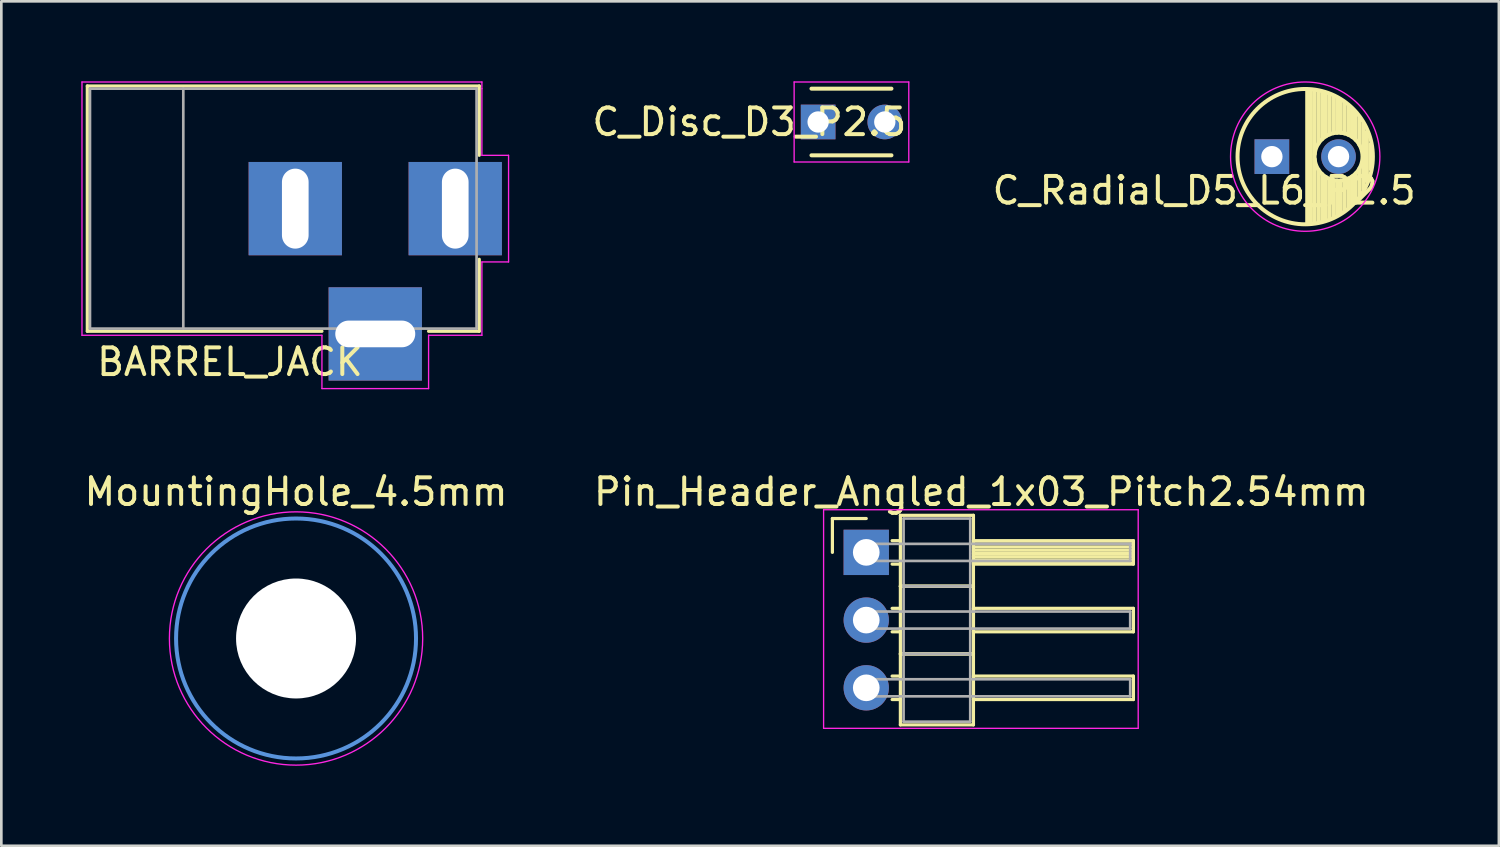
<source format=kicad_pcb>
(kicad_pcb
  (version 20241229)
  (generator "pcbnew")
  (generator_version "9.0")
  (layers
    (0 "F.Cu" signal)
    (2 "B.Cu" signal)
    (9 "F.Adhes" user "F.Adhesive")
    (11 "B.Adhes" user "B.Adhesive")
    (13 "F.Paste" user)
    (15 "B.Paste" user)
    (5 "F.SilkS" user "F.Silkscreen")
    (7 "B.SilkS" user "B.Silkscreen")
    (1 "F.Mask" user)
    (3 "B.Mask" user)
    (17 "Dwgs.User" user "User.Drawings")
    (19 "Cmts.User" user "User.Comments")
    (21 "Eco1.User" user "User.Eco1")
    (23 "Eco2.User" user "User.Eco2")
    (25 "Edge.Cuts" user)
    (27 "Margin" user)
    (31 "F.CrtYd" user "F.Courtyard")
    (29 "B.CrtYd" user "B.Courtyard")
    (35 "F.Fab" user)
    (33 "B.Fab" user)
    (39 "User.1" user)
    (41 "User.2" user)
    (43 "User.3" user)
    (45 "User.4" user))
  (footprint "C_Radial_D5_L6_P2.5"
    (layer "F.Cu")
    (at 44.655 2.825)
    (property "Reference" "C_Radial_D5_L6_P2.5" (at -2.54 1.27 0) (layer "F.SilkS") (effects (font (size 1 1) (thickness 0.15))))
    (attr through_hole)
    (fp_line (start 1.325 -2.499) (end 1.325 2.499) (stroke (width 0.15) (type solid)) (layer "F.SilkS"))
    (fp_line (start 1.465 -2.491) (end 1.465 2.491) (stroke (width 0.15) (type solid)) (layer "F.SilkS"))
    (fp_line (start 1.605 -2.475) (end 1.605 -0.095) (stroke (width 0.15) (type solid)) (layer "F.SilkS"))
    (fp_line (start 1.605 0.095) (end 1.605 2.475) (stroke (width 0.15) (type solid)) (layer "F.SilkS"))
    (fp_line (start 1.745 -2.451) (end 1.745 -0.49) (stroke (width 0.15) (type solid)) (layer "F.SilkS"))
    (fp_line (start 1.745 0.49) (end 1.745 2.451) (stroke (width 0.15) (type solid)) (layer "F.SilkS"))
    (fp_line (start 1.885 -2.418) (end 1.885 -0.657) (stroke (width 0.15) (type solid)) (layer "F.SilkS"))
    (fp_line (start 1.885 0.657) (end 1.885 2.418) (stroke (width 0.15) (type solid)) (layer "F.SilkS"))
    (fp_line (start 2.025 -2.377) (end 2.025 -0.764) (stroke (width 0.15) (type solid)) (layer "F.SilkS"))
    (fp_line (start 2.025 0.764) (end 2.025 2.377) (stroke (width 0.15) (type solid)) (layer "F.SilkS"))
    (fp_line (start 2.165 -2.327) (end 2.165 -0.835) (stroke (width 0.15) (type solid)) (layer "F.SilkS"))
    (fp_line (start 2.165 0.835) (end 2.165 2.327) (stroke (width 0.15) (type solid)) (layer "F.SilkS"))
    (fp_line (start 2.305 -2.266) (end 2.305 -0.879) (stroke (width 0.15) (type solid)) (layer "F.SilkS"))
    (fp_line (start 2.305 0.879) (end 2.305 2.266) (stroke (width 0.15) (type solid)) (layer "F.SilkS"))
    (fp_line (start 2.445 -2.196) (end 2.445 -0.898) (stroke (width 0.15) (type solid)) (layer "F.SilkS"))
    (fp_line (start 2.445 0.898) (end 2.445 2.196) (stroke (width 0.15) (type solid)) (layer "F.SilkS"))
    (fp_line (start 2.585 -2.114) (end 2.585 -0.896) (stroke (width 0.15) (type solid)) (layer "F.SilkS"))
    (fp_line (start 2.585 0.896) (end 2.585 2.114) (stroke (width 0.15) (type solid)) (layer "F.SilkS"))
    (fp_line (start 2.725 -2.019) (end 2.725 -0.871) (stroke (width 0.15) (type solid)) (layer "F.SilkS"))
    (fp_line (start 2.725 0.871) (end 2.725 2.019) (stroke (width 0.15) (type solid)) (layer "F.SilkS"))
    (fp_line (start 2.865 -1.908) (end 2.865 -0.823) (stroke (width 0.15) (type solid)) (layer "F.SilkS"))
    (fp_line (start 2.865 0.823) (end 2.865 1.908) (stroke (width 0.15) (type solid)) (layer "F.SilkS"))
    (fp_line (start 3.005 -1.78) (end 3.005 -0.745) (stroke (width 0.15) (type solid)) (layer "F.SilkS"))
    (fp_line (start 3.005 0.745) (end 3.005 1.78) (stroke (width 0.15) (type solid)) (layer "F.SilkS"))
    (fp_line (start 3.145 -1.631) (end 3.145 -0.628) (stroke (width 0.15) (type solid)) (layer "F.SilkS"))
    (fp_line (start 3.145 0.628) (end 3.145 1.631) (stroke (width 0.15) (type solid)) (layer "F.SilkS"))
    (fp_line (start 3.285 -1.452) (end 3.285 -0.44) (stroke (width 0.15) (type solid)) (layer "F.SilkS"))
    (fp_line (start 3.285 0.44) (end 3.285 1.452) (stroke (width 0.15) (type solid)) (layer "F.SilkS"))
    (fp_line (start 3.425 -1.233) (end 3.425 1.233) (stroke (width 0.15) (type solid)) (layer "F.SilkS"))
    (fp_line (start 3.565 -0.944) (end 3.565 0.944) (stroke (width 0.15) (type solid)) (layer "F.SilkS"))
    (fp_line (start 3.705 -0.472) (end 3.705 0.472) (stroke (width 0.15) (type solid)) (layer "F.SilkS"))
    (fp_circle (center 1.25 0) (end 1.25 -2.538) (stroke (width 0.15) (type solid)) (fill no) (layer "F.SilkS"))
    (fp_circle (center 2.5 0) (end 2.5 -0.9) (stroke (width 0.15) (type solid)) (fill no) (layer "F.SilkS"))
    (fp_circle (center 1.25 0) (end 1.25 -2.8) (stroke (width 0.05) (type solid)) (fill no) (layer "F.CrtYd"))
    (pad "1" thru_hole rect (at 0 0) (size 1.3 1.3) (drill 0.8) (layers "*.Cu" "*.Mask"))
    (pad "2" thru_hole circle (at 2.5 0) (size 1.3 1.3) (drill 0.8) (layers "*.Cu" "*.Mask")))
  (footprint "BARREL_JACK"
    (layer "F.Cu")
    (at 14.025 4.775)
    (property "Reference" "BARREL_JACK" (at -8.45 5.75 180) (layer "F.SilkS") (effects (font (size 1 1) (thickness 0.15))))
    (attr through_hole)
    (fp_line (start -13.8 -4.6) (end 0.9 -4.6) (stroke (width 0.12) (type solid)) (layer "F.SilkS"))
    (fp_line (start -13.8 4.6) (end -13.8 -4.6) (stroke (width 0.12) (type solid)) (layer "F.SilkS"))
    (fp_line (start -5 4.6) (end -13.8 4.6) (stroke (width 0.12) (type solid)) (layer "F.SilkS"))
    (fp_line (start 0.9 -4.6) (end 0.9 -2) (stroke (width 0.12) (type solid)) (layer "F.SilkS"))
    (fp_line (start 0.9 1.9) (end 0.9 4.6) (stroke (width 0.12) (type solid)) (layer "F.SilkS"))
    (fp_line (start 0.9 4.6) (end -1 4.6) (stroke (width 0.12) (type solid)) (layer "F.SilkS"))
    (fp_line (start -14 4.75) (end -14 -4.75) (stroke (width 0.05) (type solid)) (layer "F.CrtYd"))
    (fp_line (start -5 4.75) (end -14 4.75) (stroke (width 0.05) (type solid)) (layer "F.CrtYd"))
    (fp_line (start -5 6.75) (end -5 4.75) (stroke (width 0.05) (type solid)) (layer "F.CrtYd"))
    (fp_line (start -1 4.75) (end -1 6.75) (stroke (width 0.05) (type solid)) (layer "F.CrtYd"))
    (fp_line (start -1 6.75) (end -5 6.75) (stroke (width 0.05) (type solid)) (layer "F.CrtYd"))
    (fp_line (start 1 -4.75) (end -14 -4.75) (stroke (width 0.05) (type solid)) (layer "F.CrtYd"))
    (fp_line (start 1 -4.5) (end 1 -4.75) (stroke (width 0.05) (type solid)) (layer "F.CrtYd"))
    (fp_line (start 1 -4.5) (end 1 -2) (stroke (width 0.05) (type solid)) (layer "F.CrtYd"))
    (fp_line (start 1 -2) (end 2 -2) (stroke (width 0.05) (type solid)) (layer "F.CrtYd"))
    (fp_line (start 1 2) (end 1 4.75) (stroke (width 0.05) (type solid)) (layer "F.CrtYd"))
    (fp_line (start 1 4.75) (end -1 4.75) (stroke (width 0.05) (type solid)) (layer "F.CrtYd"))
    (fp_line (start 2 -2) (end 2 2) (stroke (width 0.05) (type solid)) (layer "F.CrtYd"))
    (fp_line (start 2 2) (end 1 2) (stroke (width 0.05) (type solid)) (layer "F.CrtYd"))
    (fp_line (start -13.7 -4.5) (end -13.7 4.5) (stroke (width 0.1) (type solid)) (layer "F.Fab"))
    (fp_line (start -13.7 4.5) (end 0.8 4.5) (stroke (width 0.1) (type solid)) (layer "F.Fab"))
    (fp_line (start -10.2 -4.5) (end -10.2 4.5) (stroke (width 0.1) (type solid)) (layer "F.Fab"))
    (fp_line (start 0.8 -4.5) (end -13.7 -4.5) (stroke (width 0.1) (type solid)) (layer "F.Fab"))
    (fp_line (start 0.8 4.5) (end 0.8 -4.5) (stroke (width 0.1) (type solid)) (layer "F.Fab"))
    (pad "1" thru_hole rect (at 0 0) (size 3.5 3.5) (drill oval 1 3) (layers "*.Cu" "*.Mask"))
    (pad "2" thru_hole rect (at -6 0) (size 3.5 3.5) (drill oval 1 3) (layers "*.Cu" "*.Mask"))
    (pad "3" thru_hole rect (at -3 4.7) (size 3.5 3.5) (drill oval 3 1) (layers "*.Cu" "*.Mask")))
  (footprint "MountingHole_4.5mm"
    (layer "F.Cu")
    (at 8.054 20.898)
    (property "Reference" "MountingHole_4.5mm" (at 0 -5.5 0) (layer "F.SilkS") (effects (font (size 1 1) (thickness 0.15))))
    (attr through_hole)
    (fp_circle (center 0 0) (end 4.5 0) (stroke (width 0.15) (type solid)) (fill no) (layer "Cmts.User"))
    (fp_circle (center 0 0) (end 4.75 0) (stroke (width 0.05) (type solid)) (fill no) (layer "F.CrtYd"))
    (pad "" np_thru_hole circle (at 0 0) (size 4.5 4.5) (drill 4.5) (layers "*.Cu" "*.Mask")))
  (footprint "C_Disc_D3_P2.5"
    (layer "F.Cu")
    (at 27.636 1.525)
    (property "Reference" "C_Disc_D3_P2.5" (at -2.58 0 0) (layer "F.SilkS") (effects (font (size 1 1) (thickness 0.15))))
    (attr through_hole)
    (fp_line (start -0.25 -1.25) (end 2.75 -1.25) (stroke (width 0.15) (type solid)) (layer "F.SilkS"))
    (fp_line (start 2.75 1.25) (end -0.25 1.25) (stroke (width 0.15) (type solid)) (layer "F.SilkS"))
    (fp_line (start -0.9 -1.5) (end 3.4 -1.5) (stroke (width 0.05) (type solid)) (layer "F.CrtYd"))
    (fp_line (start -0.9 1.5) (end -0.9 -1.5) (stroke (width 0.05) (type solid)) (layer "F.CrtYd"))
    (fp_line (start 3.4 -1.5) (end 3.4 1.5) (stroke (width 0.05) (type solid)) (layer "F.CrtYd"))
    (fp_line (start 3.4 1.5) (end -0.9 1.5) (stroke (width 0.05) (type solid)) (layer "F.CrtYd"))
    (pad "1" thru_hole rect (at 0 0) (size 1.3 1.3) (drill 0.8) (layers "*.Cu" "*.Mask"))
    (pad "2" thru_hole circle (at 2.5 0) (size 1.3 1.3) (drill 0.8) (layers "*.Cu" "*.Mask")))
  (footprint "Pin_Header_Angled_1x03_Pitch2.54mm"
    (layer "F.Cu")
    (at 29.441 17.668)
    (property "Reference" "Pin_Header_Angled_1x03_Pitch2.54mm" (at 4.315 -2.27 0) (layer "F.SilkS") (effects (font (size 1 1) (thickness 0.15))))
    (attr through_hole)
    (fp_line (start -1.27 -1.27) (end 0 -1.27) (stroke (width 0.12) (type solid)) (layer "F.SilkS"))
    (fp_line (start -1.27 0) (end -1.27 -1.27) (stroke (width 0.12) (type solid)) (layer "F.SilkS"))
    (fp_line (start 0.97 -0.44) (end 1.28 -0.44) (stroke (width 0.12) (type solid)) (layer "F.SilkS"))
    (fp_line (start 0.97 0.44) (end 1.28 0.44) (stroke (width 0.12) (type solid)) (layer "F.SilkS"))
    (fp_line (start 0.97 2.1) (end 1.28 2.1) (stroke (width 0.12) (type solid)) (layer "F.SilkS"))
    (fp_line (start 0.97 2.98) (end 1.28 2.98) (stroke (width 0.12) (type solid)) (layer "F.SilkS"))
    (fp_line (start 0.97 4.64) (end 1.28 4.64) (stroke (width 0.12) (type solid)) (layer "F.SilkS"))
    (fp_line (start 0.97 5.52) (end 1.28 5.52) (stroke (width 0.12) (type solid)) (layer "F.SilkS"))
    (fp_line (start 1.28 -1.39) (end 1.28 1.27) (stroke (width 0.12) (type solid)) (layer "F.SilkS"))
    (fp_line (start 1.28 1.27) (end 1.28 3.81) (stroke (width 0.12) (type solid)) (layer "F.SilkS"))
    (fp_line (start 1.28 1.27) (end 4.02 1.27) (stroke (width 0.12) (type solid)) (layer "F.SilkS"))
    (fp_line (start 1.28 3.81) (end 1.28 6.47) (stroke (width 0.12) (type solid)) (layer "F.SilkS"))
    (fp_line (start 1.28 3.81) (end 4.02 3.81) (stroke (width 0.12) (type solid)) (layer "F.SilkS"))
    (fp_line (start 1.28 6.47) (end 4.02 6.47) (stroke (width 0.12) (type solid)) (layer "F.SilkS"))
    (fp_line (start 4.02 -1.39) (end 1.28 -1.39) (stroke (width 0.12) (type solid)) (layer "F.SilkS"))
    (fp_line (start 4.02 -0.44) (end 4.02 0.44) (stroke (width 0.12) (type solid)) (layer "F.SilkS"))
    (fp_line (start 4.02 -0.32) (end 10.02 -0.32) (stroke (width 0.12) (type solid)) (layer "F.SilkS"))
    (fp_line (start 4.02 -0.2) (end 10.02 -0.2) (stroke (width 0.12) (type solid)) (layer "F.SilkS"))
    (fp_line (start 4.02 -0.08) (end 10.02 -0.08) (stroke (width 0.12) (type solid)) (layer "F.SilkS"))
    (fp_line (start 4.02 0.04) (end 10.02 0.04) (stroke (width 0.12) (type solid)) (layer "F.SilkS"))
    (fp_line (start 4.02 0.16) (end 10.02 0.16) (stroke (width 0.12) (type solid)) (layer "F.SilkS"))
    (fp_line (start 4.02 0.28) (end 10.02 0.28) (stroke (width 0.12) (type solid)) (layer "F.SilkS"))
    (fp_line (start 4.02 0.4) (end 10.02 0.4) (stroke (width 0.12) (type solid)) (layer "F.SilkS"))
    (fp_line (start 4.02 0.44) (end 10.02 0.44) (stroke (width 0.12) (type solid)) (layer "F.SilkS"))
    (fp_line (start 4.02 1.27) (end 1.28 1.27) (stroke (width 0.12) (type solid)) (layer "F.SilkS"))
    (fp_line (start 4.02 1.27) (end 4.02 -1.39) (stroke (width 0.12) (type solid)) (layer "F.SilkS"))
    (fp_line (start 4.02 2.1) (end 4.02 2.98) (stroke (width 0.12) (type solid)) (layer "F.SilkS"))
    (fp_line (start 4.02 2.98) (end 10.02 2.98) (stroke (width 0.12) (type solid)) (layer "F.SilkS"))
    (fp_line (start 4.02 3.81) (end 1.28 3.81) (stroke (width 0.12) (type solid)) (layer "F.SilkS"))
    (fp_line (start 4.02 3.81) (end 4.02 1.27) (stroke (width 0.12) (type solid)) (layer "F.SilkS"))
    (fp_line (start 4.02 4.64) (end 4.02 5.52) (stroke (width 0.12) (type solid)) (layer "F.SilkS"))
    (fp_line (start 4.02 5.52) (end 10.02 5.52) (stroke (width 0.12) (type solid)) (layer "F.SilkS"))
    (fp_line (start 4.02 6.47) (end 4.02 3.81) (stroke (width 0.12) (type solid)) (layer "F.SilkS"))
    (fp_line (start 10.02 -0.44) (end 4.02 -0.44) (stroke (width 0.12) (type solid)) (layer "F.SilkS"))
    (fp_line (start 10.02 0.44) (end 10.02 -0.44) (stroke (width 0.12) (type solid)) (layer "F.SilkS"))
    (fp_line (start 10.02 2.1) (end 4.02 2.1) (stroke (width 0.12) (type solid)) (layer "F.SilkS"))
    (fp_line (start 10.02 2.98) (end 10.02 2.1) (stroke (width 0.12) (type solid)) (layer "F.SilkS"))
    (fp_line (start 10.02 4.64) (end 4.02 4.64) (stroke (width 0.12) (type solid)) (layer "F.SilkS"))
    (fp_line (start 10.02 5.52) (end 10.02 4.64) (stroke (width 0.12) (type solid)) (layer "F.SilkS"))
    (fp_line (start -1.6 -1.6) (end -1.6 6.6) (stroke (width 0.05) (type solid)) (layer "F.CrtYd"))
    (fp_line (start -1.6 6.6) (end 10.2 6.6) (stroke (width 0.05) (type solid)) (layer "F.CrtYd"))
    (fp_line (start 10.2 -1.6) (end -1.6 -1.6) (stroke (width 0.05) (type solid)) (layer "F.CrtYd"))
    (fp_line (start 10.2 6.6) (end 10.2 -1.6) (stroke (width 0.05) (type solid)) (layer "F.CrtYd"))
    (fp_line (start 0 -0.32) (end 0 0.32) (stroke (width 0.1) (type solid)) (layer "F.Fab"))
    (fp_line (start 0 0.32) (end 9.9 0.32) (stroke (width 0.1) (type solid)) (layer "F.Fab"))
    (fp_line (start 0 2.22) (end 0 2.86) (stroke (width 0.1) (type solid)) (layer "F.Fab"))
    (fp_line (start 0 2.86) (end 9.9 2.86) (stroke (width 0.1) (type solid)) (layer "F.Fab"))
    (fp_line (start 0 4.76) (end 0 5.4) (stroke (width 0.1) (type solid)) (layer "F.Fab"))
    (fp_line (start 0 5.4) (end 9.9 5.4) (stroke (width 0.1) (type solid)) (layer "F.Fab"))
    (fp_line (start 1.4 -1.27) (end 1.4 1.27) (stroke (width 0.1) (type solid)) (layer "F.Fab"))
    (fp_line (start 1.4 1.27) (end 1.4 3.81) (stroke (width 0.1) (type solid)) (layer "F.Fab"))
    (fp_line (start 1.4 1.27) (end 3.9 1.27) (stroke (width 0.1) (type solid)) (layer "F.Fab"))
    (fp_line (start 1.4 3.81) (end 1.4 6.35) (stroke (width 0.1) (type solid)) (layer "F.Fab"))
    (fp_line (start 1.4 3.81) (end 3.9 3.81) (stroke (width 0.1) (type solid)) (layer "F.Fab"))
    (fp_line (start 1.4 6.35) (end 3.9 6.35) (stroke (width 0.1) (type solid)) (layer "F.Fab"))
    (fp_line (start 3.9 -1.27) (end 1.4 -1.27) (stroke (width 0.1) (type solid)) (layer "F.Fab"))
    (fp_line (start 3.9 1.27) (end 1.4 1.27) (stroke (width 0.1) (type solid)) (layer "F.Fab"))
    (fp_line (start 3.9 1.27) (end 3.9 -1.27) (stroke (width 0.1) (type solid)) (layer "F.Fab"))
    (fp_line (start 3.9 3.81) (end 1.4 3.81) (stroke (width 0.1) (type solid)) (layer "F.Fab"))
    (fp_line (start 3.9 3.81) (end 3.9 1.27) (stroke (width 0.1) (type solid)) (layer "F.Fab"))
    (fp_line (start 3.9 6.35) (end 3.9 3.81) (stroke (width 0.1) (type solid)) (layer "F.Fab"))
    (fp_line (start 9.9 -0.32) (end 0 -0.32) (stroke (width 0.1) (type solid)) (layer "F.Fab"))
    (fp_line (start 9.9 0.32) (end 9.9 -0.32) (stroke (width 0.1) (type solid)) (layer "F.Fab"))
    (fp_line (start 9.9 2.22) (end 0 2.22) (stroke (width 0.1) (type solid)) (layer "F.Fab"))
    (fp_line (start 9.9 2.86) (end 9.9 2.22) (stroke (width 0.1) (type solid)) (layer "F.Fab"))
    (fp_line (start 9.9 4.76) (end 0 4.76) (stroke (width 0.1) (type solid)) (layer "F.Fab"))
    (fp_line (start 9.9 5.4) (end 9.9 4.76) (stroke (width 0.1) (type solid)) (layer "F.Fab"))
    (pad "1" thru_hole rect (at 0 0) (size 1.7 1.7) (drill 1) (layers "*.Cu" "*.Mask"))
    (pad "2" thru_hole oval (at 0 2.54) (size 1.7 1.7) (drill 1) (layers "*.Cu" "*.Mask"))
    (pad "3" thru_hole oval (at 0 5.08) (size 1.7 1.7) (drill 1) (layers "*.Cu" "*.Mask")))
  (gr_rect
    (start -3 -3)
    (end 53.169 28.673)
    (stroke (width 0.1) (type default))
    (fill no)
    (layer "Edge.Cuts")))
</source>
